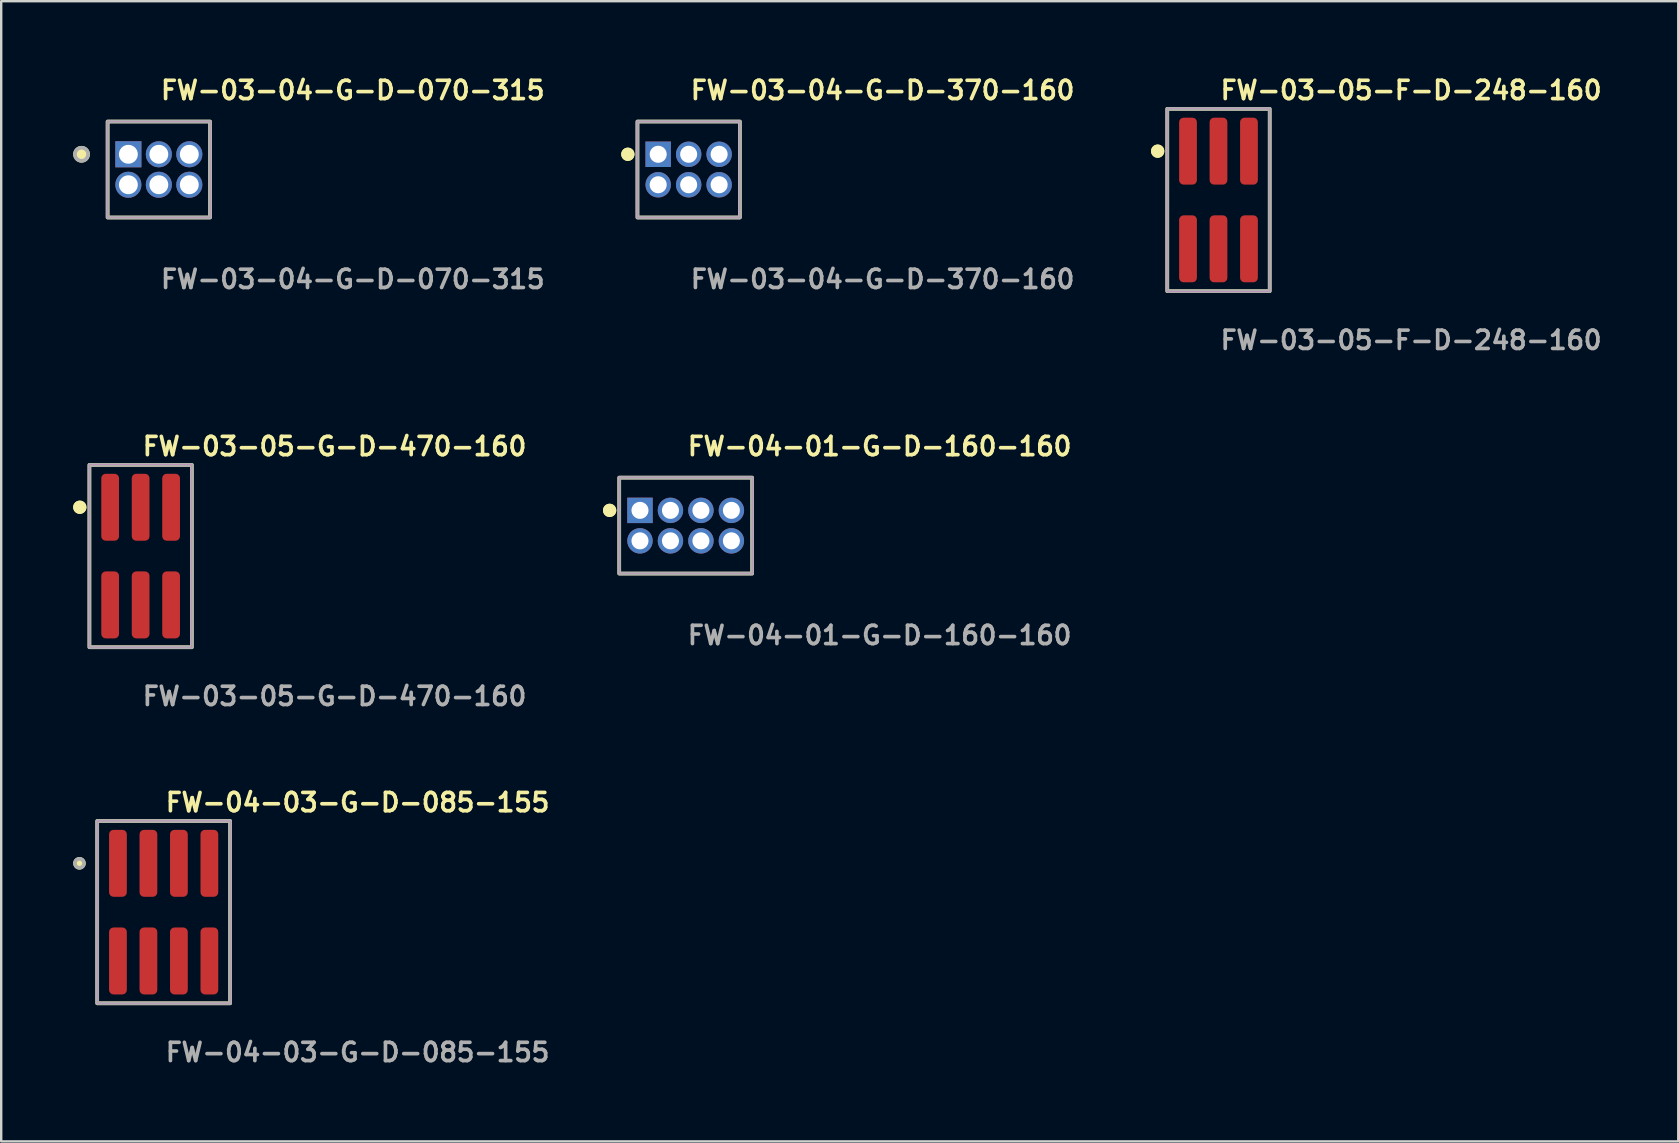
<source format=kicad_pcb>
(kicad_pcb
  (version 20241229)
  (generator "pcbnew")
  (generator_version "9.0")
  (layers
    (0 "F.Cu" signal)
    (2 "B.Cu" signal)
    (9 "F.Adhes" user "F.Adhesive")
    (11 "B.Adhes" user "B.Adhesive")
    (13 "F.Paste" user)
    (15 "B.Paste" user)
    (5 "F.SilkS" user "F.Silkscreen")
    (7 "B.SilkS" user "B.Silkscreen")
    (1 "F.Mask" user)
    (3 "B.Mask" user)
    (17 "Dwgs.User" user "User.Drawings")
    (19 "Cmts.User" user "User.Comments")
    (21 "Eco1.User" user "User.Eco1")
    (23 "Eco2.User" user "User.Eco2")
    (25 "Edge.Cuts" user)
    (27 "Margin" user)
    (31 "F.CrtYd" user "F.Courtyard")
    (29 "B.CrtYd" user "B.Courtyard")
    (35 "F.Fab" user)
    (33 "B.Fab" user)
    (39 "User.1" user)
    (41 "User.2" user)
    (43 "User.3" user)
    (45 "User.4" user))
  (footprint "FW-03-05-F-D-248-160"
    (layer "F.Cu")
    (at 47.734 5.285)
    (property "Reference" "FW-03-05-F-D-248-160" (at 0 -4.572 0) (unlocked yes) (layer "F.SilkS") (effects (font (size 0.762 0.762) (thickness 0.152)) (justify left)))
    (fp_rect (start -2.135 3.8) (end 2.135 -3.8) (stroke (width 0.152) (type solid)) (fill no) (layer "F.SilkS"))
    (fp_circle (center -2.535 -2.035) (end -2.735 -2.035) (stroke (width 0.152) (type solid)) (fill yes) (layer "F.SilkS"))
    (fp_circle (center -2.535 -2.035) (end -2.735 -2.035) (stroke (width 0.152) (type solid)) (fill yes) (layer "F.SilkS"))
    (fp_rect (start -2.135 3.8) (end 2.135 -3.8) (stroke (width 0.006) (type solid)) (fill no) (layer "F.CrtYd"))
    (fp_rect (start -2.135 3.8) (end 2.135 -3.8) (stroke (width 0.152) (type solid)) (fill no) (layer "F.Fab"))
    (fp_text user "${REFERENCE}" (at 0 5.842 0) (unlocked yes) (layer "F.Fab") (effects (font (size 0.762 0.762) (thickness 0.152)) (justify left)))
    (pad "1" smd roundrect (at -1.27 -2.035) (size 0.74 2.79) (layers "F.Cu" "F.Paste") (roundrect_rratio 0.25))
    (pad "2" smd roundrect (at -1.27 2.035) (size 0.74 2.79) (layers "F.Cu" "F.Paste") (roundrect_rratio 0.25))
    (pad "3" smd roundrect (at 0 -2.035) (size 0.74 2.79) (layers "F.Cu" "F.Paste") (roundrect_rratio 0.25))
    (pad "4" smd roundrect (at 0 2.035) (size 0.74 2.79) (layers "F.Cu" "F.Paste") (roundrect_rratio 0.25))
    (pad "5" smd roundrect (at 1.27 -2.035) (size 0.74 2.79) (layers "F.Cu" "F.Paste") (roundrect_rratio 0.25))
    (pad "6" smd roundrect (at 1.27 2.035) (size 0.74 2.79) (layers "F.Cu" "F.Paste") (roundrect_rratio 0.25)))
  (footprint "FW-04-01-G-D-160-160"
    (layer "F.Cu")
    (at 25.528 18.856)
    (property "Reference" "FW-04-01-G-D-160-160" (at 0 -3.302 0) (unlocked yes) (layer "F.SilkS") (effects (font (size 0.762 0.762) (thickness 0.152)) (justify left)))
    (fp_rect (start -2.77 2) (end 2.77 -2) (stroke (width 0.152) (type solid)) (fill no) (layer "F.SilkS"))
    (fp_circle (center -3.17 -0.635) (end -3.37 -0.635) (stroke (width 0.152) (type solid)) (fill yes) (layer "F.SilkS"))
    (fp_circle (center -3.17 -0.635) (end -3.37 -0.635) (stroke (width 0.152) (type solid)) (fill yes) (layer "F.SilkS"))
    (fp_rect (start -2.77 2) (end 2.77 -2) (stroke (width 0.006) (type solid)) (fill no) (layer "F.CrtYd"))
    (fp_rect (start -2.77 2) (end 2.77 -2) (stroke (width 0.152) (type solid)) (fill no) (layer "F.Fab"))
    (fp_text user "${REFERENCE}" (at 0 4.572 0) (unlocked yes) (layer "F.Fab") (effects (font (size 0.762 0.762) (thickness 0.152)) (justify left)))
    (pad "1" thru_hole rect (at -1.905 -0.635) (size 1.06 1.06) (drill 0.71) (layers "*.Cu" "*.Mask"))
    (pad "2" thru_hole circle (at -1.905 0.635) (size 1.06 1.06) (drill 0.71) (layers "*.Cu" "*.Mask"))
    (pad "3" thru_hole circle (at -0.635 -0.635) (size 1.06 1.06) (drill 0.71) (layers "*.Cu" "*.Mask"))
    (pad "4" thru_hole circle (at -0.635 0.635) (size 1.06 1.06) (drill 0.71) (layers "*.Cu" "*.Mask"))
    (pad "5" thru_hole circle (at 0.635 -0.635) (size 1.06 1.06) (drill 0.71) (layers "*.Cu" "*.Mask"))
    (pad "6" thru_hole circle (at 0.635 0.635) (size 1.06 1.06) (drill 0.71) (layers "*.Cu" "*.Mask"))
    (pad "7" thru_hole circle (at 1.905 -0.635) (size 1.06 1.06) (drill 0.71) (layers "*.Cu" "*.Mask"))
    (pad "8" thru_hole circle (at 1.905 0.635) (size 1.06 1.06) (drill 0.71) (layers "*.Cu" "*.Mask")))
  (footprint "FW-03-04-G-D-070-315"
    (layer "F.Cu")
    (at 3.57 4.015)
    (property "Reference" "FW-03-04-G-D-070-315" (at 0 -3.302 0) (unlocked yes) (layer "F.SilkS") (effects (font (size 0.762 0.762) (thickness 0.152)) (justify left)))
    (fp_rect (start -2.135 2) (end 2.135 -2) (stroke (width 0.152) (type solid)) (fill no) (layer "F.SilkS"))
    (fp_circle (center -3.222 -0.635) (end -3.494 -0.635) (stroke (width 0.152) (type solid)) (fill yes) (layer "F.SilkS"))
    (fp_rect (start -2.135 2) (end 2.135 -2) (stroke (width 0.006) (type solid)) (fill no) (layer "F.CrtYd"))
    (fp_rect (start -2.135 2) (end 2.135 -2) (stroke (width 0.152) (type solid)) (fill no) (layer "F.Fab"))
    (fp_circle (center -3.222 -0.635) (end -3.494 -0.635) (stroke (width 0.152) (type solid)) (fill no) (layer "F.Fab"))
    (fp_text user "${REFERENCE}" (at 0 4.572 0) (unlocked yes) (layer "F.Fab") (effects (font (size 0.762 0.762) (thickness 0.152)) (justify left)))
    (pad "1" thru_hole rect (at -1.27 -0.635) (size 1.087 1.087) (drill 0.787) (layers "*.Cu" "*.Mask"))
    (pad "2" thru_hole circle (at -1.27 0.635) (size 1.087 1.087) (drill 0.787) (layers "*.Cu" "*.Mask"))
    (pad "3" thru_hole circle (at 0 -0.635) (size 1.087 1.087) (drill 0.787) (layers "*.Cu" "*.Mask"))
    (pad "4" thru_hole circle (at 0 0.635) (size 1.087 1.087) (drill 0.787) (layers "*.Cu" "*.Mask"))
    (pad "5" thru_hole circle (at 1.27 -0.635) (size 1.087 1.087) (drill 0.787) (layers "*.Cu" "*.Mask"))
    (pad "6" thru_hole circle (at 1.27 0.635) (size 1.087 1.087) (drill 0.787) (layers "*.Cu" "*.Mask")))
  (footprint "FW-04-03-G-D-085-155"
    (layer "F.Cu")
    (at 3.771 34.966)
    (property "Reference" "FW-04-03-G-D-085-155" (at 0 -4.572 0) (unlocked yes) (layer "F.SilkS") (effects (font (size 0.762 0.762) (thickness 0.152)) (justify left)))
    (fp_rect (start -2.77 3.8) (end 2.77 -3.8) (stroke (width 0.152) (type solid)) (fill no) (layer "F.SilkS"))
    (fp_circle (center -3.51 -2.035) (end -3.695 -2.035) (stroke (width 0.152) (type solid)) (fill yes) (layer "F.SilkS"))
    (fp_rect (start -2.77 3.8) (end 2.77 -3.8) (stroke (width 0.006) (type solid)) (fill no) (layer "F.CrtYd"))
    (fp_rect (start -2.77 3.8) (end 2.77 -3.8) (stroke (width 0.152) (type solid)) (fill no) (layer "F.Fab"))
    (fp_circle (center -3.51 -2.035) (end -3.695 -2.035) (stroke (width 0.152) (type solid)) (fill no) (layer "F.Fab"))
    (fp_text user "${REFERENCE}" (at 0 5.842 0) (unlocked yes) (layer "F.Fab") (effects (font (size 0.762 0.762) (thickness 0.152)) (justify left)))
    (pad "1" smd roundrect (at -1.905 -2.035) (size 0.74 2.79) (layers "F.Cu" "F.Paste") (roundrect_rratio 0.25))
    (pad "2" smd roundrect (at -1.905 2.035) (size 0.74 2.79) (layers "F.Cu" "F.Paste") (roundrect_rratio 0.25))
    (pad "3" smd roundrect (at -0.635 -2.035) (size 0.74 2.79) (layers "F.Cu" "F.Paste") (roundrect_rratio 0.25))
    (pad "4" smd roundrect (at -0.635 2.035) (size 0.74 2.79) (layers "F.Cu" "F.Paste") (roundrect_rratio 0.25))
    (pad "5" smd roundrect (at 0.635 -2.035) (size 0.74 2.79) (layers "F.Cu" "F.Paste") (roundrect_rratio 0.25))
    (pad "6" smd roundrect (at 0.635 2.035) (size 0.74 2.79) (layers "F.Cu" "F.Paste") (roundrect_rratio 0.25))
    (pad "7" smd roundrect (at 1.905 -2.035) (size 0.74 2.79) (layers "F.Cu" "F.Paste") (roundrect_rratio 0.25))
    (pad "8" smd roundrect (at 1.905 2.035) (size 0.74 2.79) (layers "F.Cu" "F.Paste") (roundrect_rratio 0.25)))
  (footprint "FW-03-04-G-D-370-160"
    (layer "F.Cu")
    (at 25.652 4.015)
    (property "Reference" "FW-03-04-G-D-370-160" (at 0 -3.302 0) (unlocked yes) (layer "F.SilkS") (effects (font (size 0.762 0.762) (thickness 0.152)) (justify left)))
    (fp_rect (start -2.135 2) (end 2.135 -2) (stroke (width 0.152) (type solid)) (fill no) (layer "F.SilkS"))
    (fp_circle (center -2.535 -0.635) (end -2.735 -0.635) (stroke (width 0.152) (type solid)) (fill yes) (layer "F.SilkS"))
    (fp_circle (center -2.535 -0.635) (end -2.735 -0.635) (stroke (width 0.152) (type solid)) (fill yes) (layer "F.SilkS"))
    (fp_rect (start -2.135 2) (end 2.135 -2) (stroke (width 0.006) (type solid)) (fill no) (layer "F.CrtYd"))
    (fp_rect (start -2.135 2) (end 2.135 -2) (stroke (width 0.152) (type solid)) (fill no) (layer "F.Fab"))
    (fp_text user "${REFERENCE}" (at 0 4.572 0) (unlocked yes) (layer "F.Fab") (effects (font (size 0.762 0.762) (thickness 0.152)) (justify left)))
    (pad "1" thru_hole rect (at -1.27 -0.635) (size 1.06 1.06) (drill 0.71) (layers "*.Cu" "*.Mask"))
    (pad "2" thru_hole circle (at -1.27 0.635) (size 1.06 1.06) (drill 0.71) (layers "*.Cu" "*.Mask"))
    (pad "3" thru_hole circle (at 0 -0.635) (size 1.06 1.06) (drill 0.71) (layers "*.Cu" "*.Mask"))
    (pad "4" thru_hole circle (at 0 0.635) (size 1.06 1.06) (drill 0.71) (layers "*.Cu" "*.Mask"))
    (pad "5" thru_hole circle (at 1.27 -0.635) (size 1.06 1.06) (drill 0.71) (layers "*.Cu" "*.Mask"))
    (pad "6" thru_hole circle (at 1.27 0.635) (size 1.06 1.06) (drill 0.71) (layers "*.Cu" "*.Mask")))
  (footprint "FW-03-05-G-D-470-160"
    (layer "F.Cu")
    (at 2.811 20.126)
    (property "Reference" "FW-03-05-G-D-470-160" (at 0 -4.572 0) (unlocked yes) (layer "F.SilkS") (effects (font (size 0.762 0.762) (thickness 0.152)) (justify left)))
    (fp_rect (start -2.135 3.8) (end 2.135 -3.8) (stroke (width 0.152) (type solid)) (fill no) (layer "F.SilkS"))
    (fp_circle (center -2.535 -2.035) (end -2.735 -2.035) (stroke (width 0.152) (type solid)) (fill yes) (layer "F.SilkS"))
    (fp_circle (center -2.535 -2.035) (end -2.735 -2.035) (stroke (width 0.152) (type solid)) (fill yes) (layer "F.SilkS"))
    (fp_rect (start -2.135 3.8) (end 2.135 -3.8) (stroke (width 0.006) (type solid)) (fill no) (layer "F.CrtYd"))
    (fp_rect (start -2.135 3.8) (end 2.135 -3.8) (stroke (width 0.152) (type solid)) (fill no) (layer "F.Fab"))
    (fp_text user "${REFERENCE}" (at 0 5.842 0) (unlocked yes) (layer "F.Fab") (effects (font (size 0.762 0.762) (thickness 0.152)) (justify left)))
    (pad "1" smd roundrect (at -1.27 -2.035) (size 0.74 2.79) (layers "F.Cu" "F.Paste") (roundrect_rratio 0.25))
    (pad "2" smd roundrect (at -1.27 2.035) (size 0.74 2.79) (layers "F.Cu" "F.Paste") (roundrect_rratio 0.25))
    (pad "3" smd roundrect (at 0 -2.035) (size 0.74 2.79) (layers "F.Cu" "F.Paste") (roundrect_rratio 0.25))
    (pad "4" smd roundrect (at 0 2.035) (size 0.74 2.79) (layers "F.Cu" "F.Paste") (roundrect_rratio 0.25))
    (pad "5" smd roundrect (at 1.27 -2.035) (size 0.74 2.79) (layers "F.Cu" "F.Paste") (roundrect_rratio 0.25))
    (pad "6" smd roundrect (at 1.27 2.035) (size 0.74 2.79) (layers "F.Cu" "F.Paste") (roundrect_rratio 0.25)))
  (gr_rect
    (start -3 -3)
    (end 66.896 44.521)
    (stroke (width 0.1) (type default))
    (fill no)
    (layer "Edge.Cuts")))
</source>
